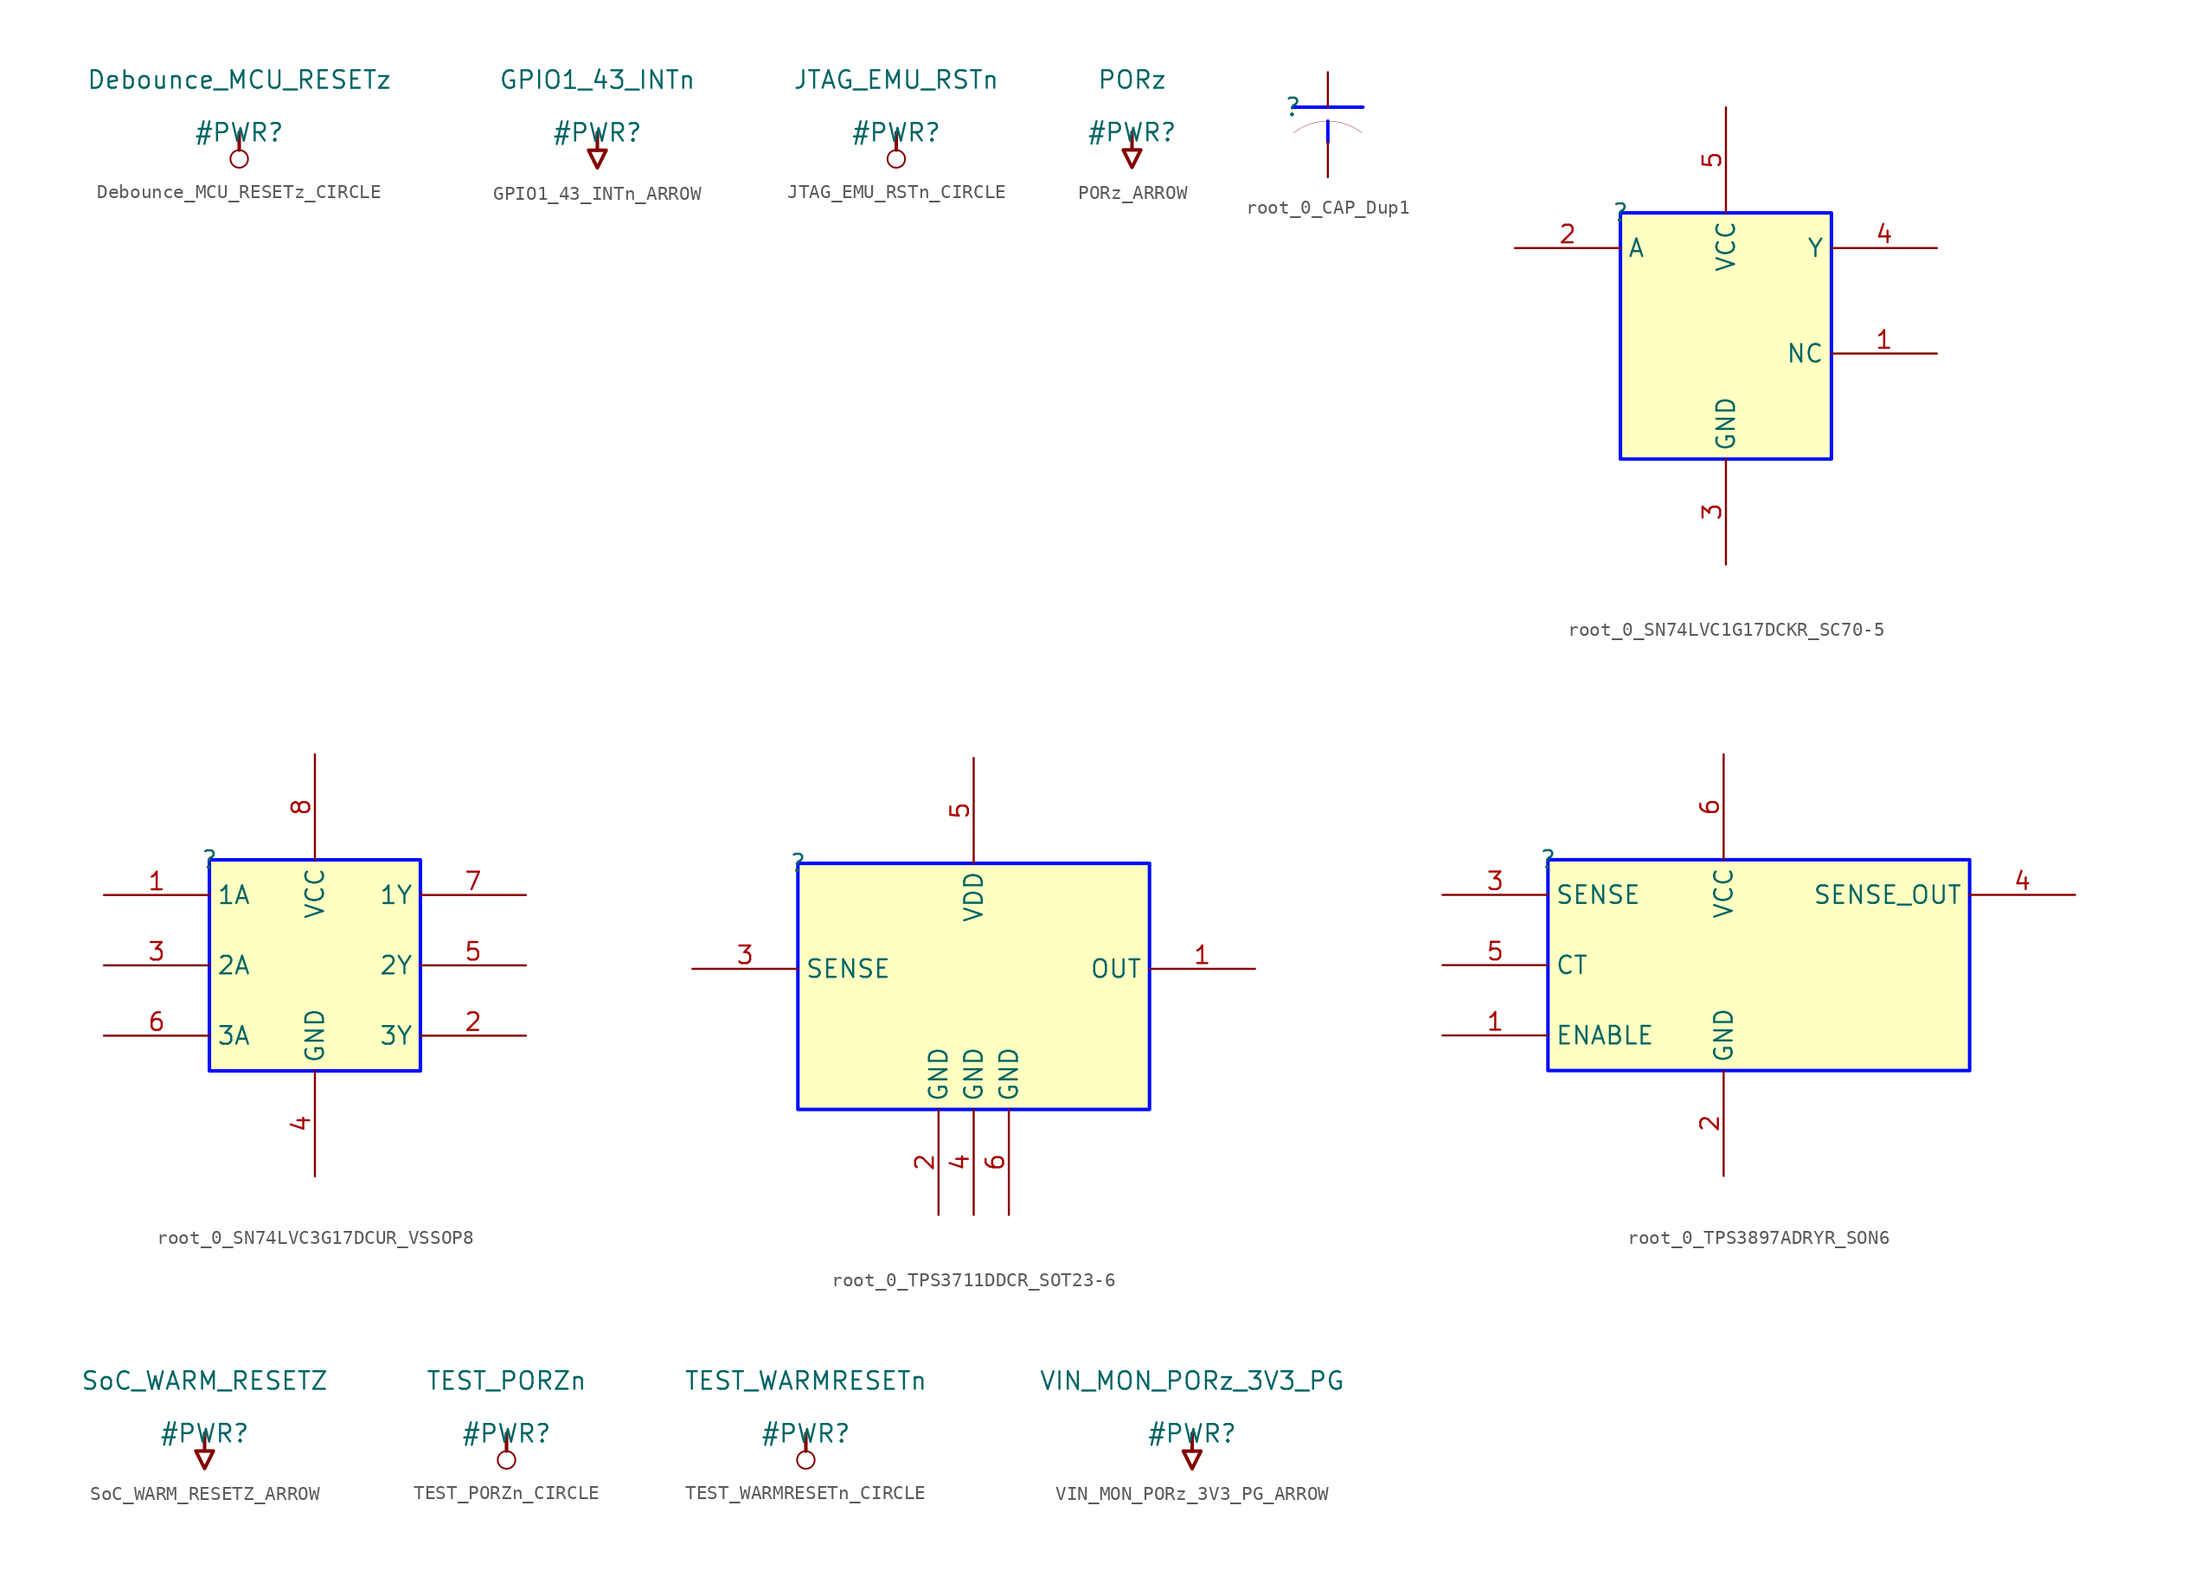
<source format=kicad_sym>
(kicad_symbol_lib
  (version 20231120)
  (generator "kicad_symbol_editor")
  (generator_version "8.0")
  (symbol "Debounce_MCU_RESETz_CIRCLE"
    (power)
    (property "Reference" "#PWR"
      (at 0 0 0)
      (effects (font (size 1.27 1.27))))
    (property "Value" "Debounce_MCU_RESETz"
      (at 0 3.81 0)
      (effects (font (size 1.27 1.27))))
    (symbol "Debounce_MCU_RESETz_CIRCLE_0_0"
      (circle (center 0 -1.905) (radius 0.635) (stroke (width 0.127) (type solid)) (fill (type none)))
      (polyline (pts (xy 0 0) (xy 0 -1.27)) (stroke (width 0.254) (type solid)) (fill (type none)))
      (pin power_in line (at 0 0 0) (length 0) hide (name "Debounce_MCU_RESETz" (effects (font (size 1.27 1.27)))) (number "" (effects (font (size 1.27 1.27)))))))
  (symbol "GPIO1_43_INTn_ARROW"
    (power)
    (property "Reference" "#PWR"
      (at 0 0 0)
      (effects (font (size 1.27 1.27))))
    (property "Value" "GPIO1_43_INTn"
      (at 0 3.81 0)
      (effects (font (size 1.27 1.27))))
    (symbol "GPIO1_43_INTn_ARROW_0_0"
      (polyline (pts (xy 0 0) (xy 0 -1.27)) (stroke (width 0.254) (type solid)) (fill (type none)))
      (polyline (pts (xy -0.635 -1.27) (xy 0.635 -1.27) (xy 0 -2.54) (xy -0.635 -1.27)) (stroke (width 0.254) (type solid)) (fill (type none)))
      (pin power_in line (at 0 0 0) (length 0) hide (name "GPIO1_43_INTn" (effects (font (size 1.27 1.27)))) (number "" (effects (font (size 1.27 1.27)))))))
  (symbol "JTAG_EMU_RSTn_CIRCLE"
    (power)
    (property "Reference" "#PWR"
      (at 0 0 0)
      (effects (font (size 1.27 1.27))))
    (property "Value" "JTAG_EMU_RSTn"
      (at 0 3.81 0)
      (effects (font (size 1.27 1.27))))
    (symbol "JTAG_EMU_RSTn_CIRCLE_0_0"
      (circle (center 0 -1.905) (radius 0.635) (stroke (width 0.127) (type solid)) (fill (type none)))
      (polyline (pts (xy 0 0) (xy 0 -1.27)) (stroke (width 0.254) (type solid)) (fill (type none)))
      (pin power_in line (at 0 0 0) (length 0) hide (name "JTAG_EMU_RSTn" (effects (font (size 1.27 1.27)))) (number "" (effects (font (size 1.27 1.27)))))))
  (symbol "PORz_ARROW"
    (power)
    (property "Reference" "#PWR"
      (at 0 0 0)
      (effects (font (size 1.27 1.27))))
    (property "Value" "PORz"
      (at 0 3.81 0)
      (effects (font (size 1.27 1.27))))
    (symbol "PORz_ARROW_0_0"
      (polyline (pts (xy 0 0) (xy 0 -1.27)) (stroke (width 0.254) (type solid)) (fill (type none)))
      (polyline (pts (xy -0.635 -1.27) (xy 0.635 -1.27) (xy 0 -2.54) (xy -0.635 -1.27)) (stroke (width 0.254) (type solid)) (fill (type none)))
      (pin power_in line (at 0 0 0) (length 0) hide (name "PORz" (effects (font (size 1.27 1.27)))) (number "" (effects (font (size 1.27 1.27)))))))
  (symbol "root_0_CAP_Dup1"
    (property "Reference" ""
      (at 0 0 0)
      (effects (font (size 1.27 1.27))))
    (property "Value" ""
      (at 0 0 0)
      (effects (font (size 1.27 1.27))))
    (symbol "root_0_CAP_Dup1_1_0"
      (polyline (pts (xy 0 0) (xy 5.08 0)) (stroke (width 0.254) (type solid) (color 0 11 255 1)) (fill (type none)))
      (polyline (pts (xy 2.54 -1.016) (xy 2.54 -2.54)) (stroke (width 0.254) (type solid) (color 0 11 255 1)) (fill (type none)))
      (arc (start 2.54 -1.016) (mid 1.2313 -1.2325) (end 0.0621 -1.8588) (stroke (width 0.0254) (type solid)) (fill (type none)))
      (arc (start 5.0179 -1.8588) (mid 3.8487 -1.2325) (end 2.54 -1.016) (stroke (width 0.0254) (type solid)) (fill (type none)))
      (pin passive line (at 2.54 2.54 270) (length 2.54) (name "1" (effects (font (size 0 0)))) (number "1" (effects (font (size 0 0)))))
      (pin passive line (at 2.54 -5.08 90) (length 2.54) (name "2" (effects (font (size 0 0)))) (number "2" (effects (font (size 0 0)))))))
  (symbol "root_0_SN74LVC1G17DCKR_SC70-5"
    (property "Reference" ""
      (at 0 0 0)
      (effects (font (size 1.27 1.27))))
    (property "Value" ""
      (at 0 0 0)
      (effects (font (size 1.27 1.27))))
    (symbol "root_0_SN74LVC1G17DCKR_SC70-5_1_0"
      (rectangle (start 15.24 0) (end 0 -17.78) (stroke (width 0.254) (type solid) (color 0 11 255 1)) (fill (type background)))
      (pin passive line (at 22.86 -10.16 180) (length 7.62) (name "NC" (effects (font (size 1.27 1.27)))) (number "1" (effects (font (size 1.27 1.27)))))
      (pin input line (at -7.62 -2.54 0) (length 7.62) (name "A" (effects (font (size 1.27 1.27)))) (number "2" (effects (font (size 1.27 1.27)))))
      (pin power_in line (at 7.62 -25.4 90) (length 7.62) (name "GND" (effects (font (size 1.27 1.27)))) (number "3" (effects (font (size 1.27 1.27)))))
      (pin output line (at 22.86 -2.54 180) (length 7.62) (name "Y" (effects (font (size 1.27 1.27)))) (number "4" (effects (font (size 1.27 1.27)))))
      (pin power_in line (at 7.62 7.62 270) (length 7.62) (name "VCC" (effects (font (size 1.27 1.27)))) (number "5" (effects (font (size 1.27 1.27)))))))
  (symbol "root_0_SN74LVC3G17DCUR_VSSOP8"
    (property "Reference" ""
      (at 0 0 0)
      (effects (font (size 1.27 1.27))))
    (property "Value" ""
      (at 0 0 0)
      (effects (font (size 1.27 1.27))))
    (symbol "root_0_SN74LVC3G17DCUR_VSSOP8_1_0"
      (rectangle (start 15.24 0) (end 0 -15.24) (stroke (width 0.254) (type solid) (color 0 11 255 1)) (fill (type background)))
      (pin input line (at -7.62 -2.54 0) (length 7.62) (name "1A" (effects (font (size 1.27 1.27)))) (number "1" (effects (font (size 1.27 1.27)))))
      (pin output line (at 22.86 -12.7 180) (length 7.62) (name "3Y" (effects (font (size 1.27 1.27)))) (number "2" (effects (font (size 1.27 1.27)))))
      (pin input line (at -7.62 -7.62 0) (length 7.62) (name "2A" (effects (font (size 1.27 1.27)))) (number "3" (effects (font (size 1.27 1.27)))))
      (pin power_in line (at 7.62 -22.86 90) (length 7.62) (name "GND" (effects (font (size 1.27 1.27)))) (number "4" (effects (font (size 1.27 1.27)))))
      (pin output line (at 22.86 -7.62 180) (length 7.62) (name "2Y" (effects (font (size 1.27 1.27)))) (number "5" (effects (font (size 1.27 1.27)))))
      (pin input line (at -7.62 -12.7 0) (length 7.62) (name "3A" (effects (font (size 1.27 1.27)))) (number "6" (effects (font (size 1.27 1.27)))))
      (pin output line (at 22.86 -2.54 180) (length 7.62) (name "1Y" (effects (font (size 1.27 1.27)))) (number "7" (effects (font (size 1.27 1.27)))))
      (pin power_in line (at 7.62 7.62 270) (length 7.62) (name "VCC" (effects (font (size 1.27 1.27)))) (number "8" (effects (font (size 1.27 1.27)))))))
  (symbol "root_0_TPS3711DDCR_SOT23-6"
    (property "Reference" ""
      (at 0 0 0)
      (effects (font (size 1.27 1.27))))
    (property "Value" ""
      (at 0 0 0)
      (effects (font (size 1.27 1.27))))
    (symbol "root_0_TPS3711DDCR_SOT23-6_1_0"
      (rectangle (start 25.4 0) (end 0 -17.78) (stroke (width 0.254) (type solid) (color 0 11 255 1)) (fill (type background)))
      (pin output line (at 33.02 -7.62 180) (length 7.62) (name "OUT" (effects (font (size 1.27 1.27)))) (number "1" (effects (font (size 1.27 1.27)))))
      (pin power_in line (at 10.16 -25.4 90) (length 7.62) (name "GND" (effects (font (size 1.27 1.27)))) (number "2" (effects (font (size 1.27 1.27)))))
      (pin input line (at -7.62 -7.62 0) (length 7.62) (name "SENSE" (effects (font (size 1.27 1.27)))) (number "3" (effects (font (size 1.27 1.27)))))
      (pin power_in line (at 12.7 -25.4 90) (length 7.62) (name "GND" (effects (font (size 1.27 1.27)))) (number "4" (effects (font (size 1.27 1.27)))))
      (pin power_in line (at 12.7 7.62 270) (length 7.62) (name "VDD" (effects (font (size 1.27 1.27)))) (number "5" (effects (font (size 1.27 1.27)))))
      (pin power_in line (at 15.24 -25.4 90) (length 7.62) (name "GND" (effects (font (size 1.27 1.27)))) (number "6" (effects (font (size 1.27 1.27)))))))
  (symbol "root_0_TPS3897ADRYR_SON6"
    (property "Reference" ""
      (at 0 0 0)
      (effects (font (size 1.27 1.27))))
    (property "Value" ""
      (at 0 0 0)
      (effects (font (size 1.27 1.27))))
    (symbol "root_0_TPS3897ADRYR_SON6_1_0"
      (rectangle (start 30.48 0) (end 0 -15.24) (stroke (width 0.254) (type solid) (color 0 11 255 1)) (fill (type background)))
      (pin passive line (at -7.62 -12.7 0) (length 7.62) (name "ENABLE" (effects (font (size 1.27 1.27)))) (number "1" (effects (font (size 1.27 1.27)))))
      (pin power_in line (at 12.7 -22.86 90) (length 7.62) (name "GND" (effects (font (size 1.27 1.27)))) (number "2" (effects (font (size 1.27 1.27)))))
      (pin input line (at -7.62 -2.54 0) (length 7.62) (name "SENSE" (effects (font (size 1.27 1.27)))) (number "3" (effects (font (size 1.27 1.27)))))
      (pin output line (at 38.1 -2.54 180) (length 7.62) (name "SENSE_OUT" (effects (font (size 1.27 1.27)))) (number "4" (effects (font (size 1.27 1.27)))))
      (pin passive line (at -7.62 -7.62 0) (length 7.62) (name "CT" (effects (font (size 1.27 1.27)))) (number "5" (effects (font (size 1.27 1.27)))))
      (pin power_in line (at 12.7 7.62 270) (length 7.62) (name "VCC" (effects (font (size 1.27 1.27)))) (number "6" (effects (font (size 1.27 1.27)))))))
  (symbol "SoC_WARM_RESETZ_ARROW"
    (power)
    (property "Reference" "#PWR"
      (at 0 0 0)
      (effects (font (size 1.27 1.27))))
    (property "Value" "SoC_WARM_RESETZ"
      (at 0 3.81 0)
      (effects (font (size 1.27 1.27))))
    (symbol "SoC_WARM_RESETZ_ARROW_0_0"
      (polyline (pts (xy 0 0) (xy 0 -1.27)) (stroke (width 0.254) (type solid)) (fill (type none)))
      (polyline (pts (xy -0.635 -1.27) (xy 0.635 -1.27) (xy 0 -2.54) (xy -0.635 -1.27)) (stroke (width 0.254) (type solid)) (fill (type none)))
      (pin power_in line (at 0 0 0) (length 0) hide (name "SoC_WARM_RESETZ" (effects (font (size 1.27 1.27)))) (number "" (effects (font (size 1.27 1.27)))))))
  (symbol "TEST_PORZn_CIRCLE"
    (power)
    (property "Reference" "#PWR"
      (at 0 0 0)
      (effects (font (size 1.27 1.27))))
    (property "Value" "TEST_PORZn"
      (at 0 3.81 0)
      (effects (font (size 1.27 1.27))))
    (symbol "TEST_PORZn_CIRCLE_0_0"
      (circle (center 0 -1.905) (radius 0.635) (stroke (width 0.127) (type solid)) (fill (type none)))
      (polyline (pts (xy 0 0) (xy 0 -1.27)) (stroke (width 0.254) (type solid)) (fill (type none)))
      (pin power_in line (at 0 0 0) (length 0) hide (name "TEST_PORZn" (effects (font (size 1.27 1.27)))) (number "" (effects (font (size 1.27 1.27)))))))
  (symbol "TEST_WARMRESETn_CIRCLE"
    (power)
    (property "Reference" "#PWR"
      (at 0 0 0)
      (effects (font (size 1.27 1.27))))
    (property "Value" "TEST_WARMRESETn"
      (at 0 3.81 0)
      (effects (font (size 1.27 1.27))))
    (symbol "TEST_WARMRESETn_CIRCLE_0_0"
      (circle (center 0 -1.905) (radius 0.635) (stroke (width 0.127) (type solid)) (fill (type none)))
      (polyline (pts (xy 0 0) (xy 0 -1.27)) (stroke (width 0.254) (type solid)) (fill (type none)))
      (pin power_in line (at 0 0 0) (length 0) hide (name "TEST_WARMRESETn" (effects (font (size 1.27 1.27)))) (number "" (effects (font (size 1.27 1.27)))))))
  (symbol "VIN_MON_PORz_3V3_PG_ARROW"
    (power)
    (property "Reference" "#PWR"
      (at 0 0 0)
      (effects (font (size 1.27 1.27))))
    (property "Value" "VIN_MON_PORz_3V3_PG"
      (at 0 3.81 0)
      (effects (font (size 1.27 1.27))))
    (symbol "VIN_MON_PORz_3V3_PG_ARROW_0_0"
      (polyline (pts (xy 0 0) (xy 0 -1.27)) (stroke (width 0.254) (type solid)) (fill (type none)))
      (polyline (pts (xy -0.635 -1.27) (xy 0.635 -1.27) (xy 0 -2.54) (xy -0.635 -1.27)) (stroke (width 0.254) (type solid)) (fill (type none)))
      (pin power_in line (at 0 0 0) (length 0) hide (name "VIN_MON_PORz_3V3_PG" (effects (font (size 1.27 1.27)))) (number "" (effects (font (size 1.27 1.27))))))))
</source>
